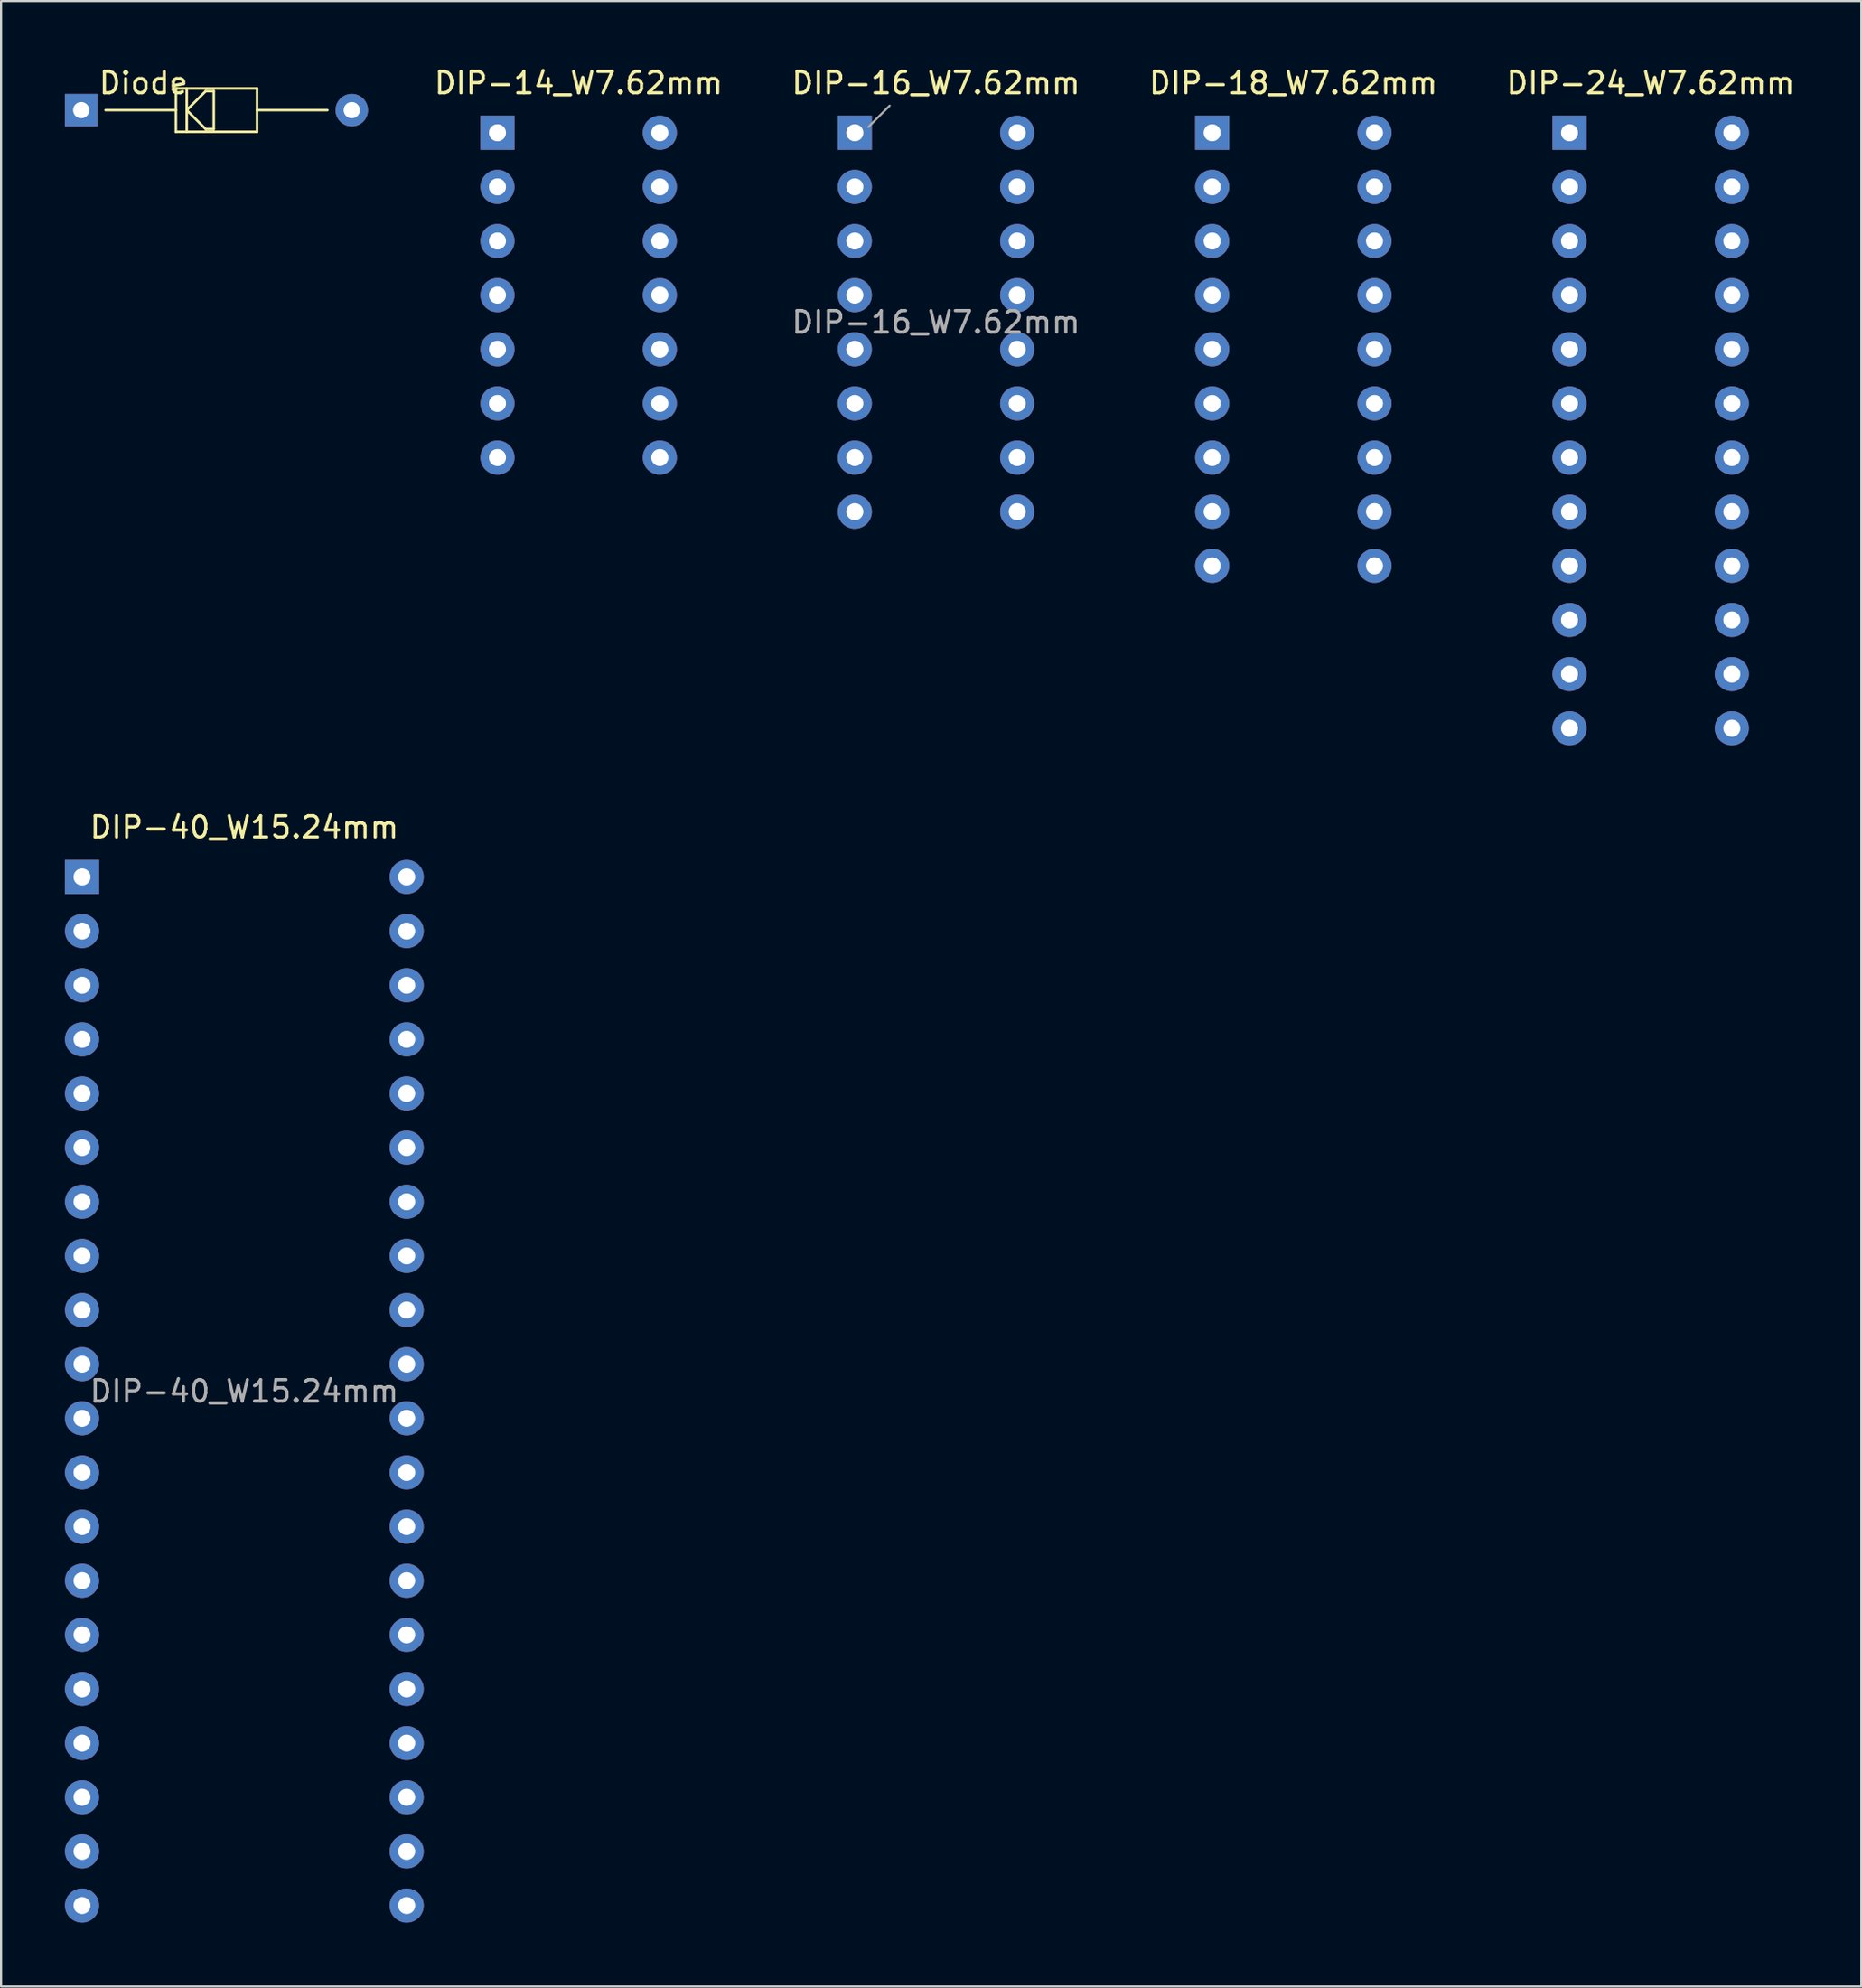
<source format=kicad_pcb>
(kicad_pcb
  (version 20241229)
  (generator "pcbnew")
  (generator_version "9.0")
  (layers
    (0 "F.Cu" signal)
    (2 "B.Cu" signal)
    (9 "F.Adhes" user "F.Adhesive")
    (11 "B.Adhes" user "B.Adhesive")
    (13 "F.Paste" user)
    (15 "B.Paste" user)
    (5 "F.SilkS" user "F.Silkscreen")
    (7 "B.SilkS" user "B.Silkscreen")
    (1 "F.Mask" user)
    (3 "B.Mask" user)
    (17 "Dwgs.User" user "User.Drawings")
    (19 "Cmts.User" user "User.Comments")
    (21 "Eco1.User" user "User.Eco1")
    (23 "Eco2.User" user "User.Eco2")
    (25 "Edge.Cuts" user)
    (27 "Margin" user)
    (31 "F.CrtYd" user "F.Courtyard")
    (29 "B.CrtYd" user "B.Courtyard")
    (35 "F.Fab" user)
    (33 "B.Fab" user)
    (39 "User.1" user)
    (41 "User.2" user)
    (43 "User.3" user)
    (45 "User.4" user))
  (footprint "DIP-40_W15.24mm"
    (layer "F.Cu")
    (at 0.8 38.096)
    (property "Reference" "DIP-40_W15.24mm" (at 7.62 -2.33 0) (layer "F.SilkS") (effects (font (size 1 1) (thickness 0.15))))
    (attr through_hole)
    (fp_text user "${REFERENCE}" (at 7.62 24.13 0) (layer "F.Fab") (effects (font (size 1 1) (thickness 0.15))))
    (pad "1" thru_hole rect (at 0 0) (size 1.6 1.6) (drill 0.8) (layers "*.Cu" "*.Mask"))
    (pad "2" thru_hole oval (at 0 2.54) (size 1.6 1.6) (drill 0.8) (layers "*.Cu" "*.Mask"))
    (pad "3" thru_hole oval (at 0 5.08) (size 1.6 1.6) (drill 0.8) (layers "*.Cu" "*.Mask"))
    (pad "4" thru_hole oval (at 0 7.62) (size 1.6 1.6) (drill 0.8) (layers "*.Cu" "*.Mask"))
    (pad "5" thru_hole oval (at 0 10.16) (size 1.6 1.6) (drill 0.8) (layers "*.Cu" "*.Mask"))
    (pad "6" thru_hole oval (at 0 12.7) (size 1.6 1.6) (drill 0.8) (layers "*.Cu" "*.Mask"))
    (pad "7" thru_hole oval (at 0 15.24) (size 1.6 1.6) (drill 0.8) (layers "*.Cu" "*.Mask"))
    (pad "8" thru_hole oval (at 0 17.78) (size 1.6 1.6) (drill 0.8) (layers "*.Cu" "*.Mask"))
    (pad "9" thru_hole oval (at 0 20.32) (size 1.6 1.6) (drill 0.8) (layers "*.Cu" "*.Mask"))
    (pad "10" thru_hole oval (at 0 22.86) (size 1.6 1.6) (drill 0.8) (layers "*.Cu" "*.Mask"))
    (pad "11" thru_hole oval (at 0 25.4) (size 1.6 1.6) (drill 0.8) (layers "*.Cu" "*.Mask"))
    (pad "12" thru_hole oval (at 0 27.94) (size 1.6 1.6) (drill 0.8) (layers "*.Cu" "*.Mask"))
    (pad "13" thru_hole oval (at 0 30.48) (size 1.6 1.6) (drill 0.8) (layers "*.Cu" "*.Mask"))
    (pad "14" thru_hole oval (at 0 33.02) (size 1.6 1.6) (drill 0.8) (layers "*.Cu" "*.Mask"))
    (pad "15" thru_hole oval (at 0 35.56) (size 1.6 1.6) (drill 0.8) (layers "*.Cu" "*.Mask"))
    (pad "16" thru_hole oval (at 0 38.1) (size 1.6 1.6) (drill 0.8) (layers "*.Cu" "*.Mask"))
    (pad "17" thru_hole oval (at 0 40.64) (size 1.6 1.6) (drill 0.8) (layers "*.Cu" "*.Mask"))
    (pad "18" thru_hole oval (at 0 43.18) (size 1.6 1.6) (drill 0.8) (layers "*.Cu" "*.Mask"))
    (pad "19" thru_hole oval (at 0 45.72) (size 1.6 1.6) (drill 0.8) (layers "*.Cu" "*.Mask"))
    (pad "20" thru_hole oval (at 0 48.26) (size 1.6 1.6) (drill 0.8) (layers "*.Cu" "*.Mask"))
    (pad "21" thru_hole oval (at 15.24 48.26) (size 1.6 1.6) (drill 0.8) (layers "*.Cu" "*.Mask"))
    (pad "22" thru_hole oval (at 15.24 45.72) (size 1.6 1.6) (drill 0.8) (layers "*.Cu" "*.Mask"))
    (pad "23" thru_hole oval (at 15.24 43.18) (size 1.6 1.6) (drill 0.8) (layers "*.Cu" "*.Mask"))
    (pad "24" thru_hole oval (at 15.24 40.64) (size 1.6 1.6) (drill 0.8) (layers "*.Cu" "*.Mask"))
    (pad "25" thru_hole oval (at 15.24 38.1) (size 1.6 1.6) (drill 0.8) (layers "*.Cu" "*.Mask"))
    (pad "26" thru_hole oval (at 15.24 35.56) (size 1.6 1.6) (drill 0.8) (layers "*.Cu" "*.Mask"))
    (pad "27" thru_hole oval (at 15.24 33.02) (size 1.6 1.6) (drill 0.8) (layers "*.Cu" "*.Mask"))
    (pad "28" thru_hole oval (at 15.24 30.48) (size 1.6 1.6) (drill 0.8) (layers "*.Cu" "*.Mask"))
    (pad "29" thru_hole oval (at 15.24 27.94) (size 1.6 1.6) (drill 0.8) (layers "*.Cu" "*.Mask"))
    (pad "30" thru_hole oval (at 15.24 25.4) (size 1.6 1.6) (drill 0.8) (layers "*.Cu" "*.Mask"))
    (pad "31" thru_hole oval (at 15.24 22.86) (size 1.6 1.6) (drill 0.8) (layers "*.Cu" "*.Mask"))
    (pad "32" thru_hole oval (at 15.24 20.32) (size 1.6 1.6) (drill 0.8) (layers "*.Cu" "*.Mask"))
    (pad "33" thru_hole oval (at 15.24 17.78) (size 1.6 1.6) (drill 0.8) (layers "*.Cu" "*.Mask"))
    (pad "34" thru_hole oval (at 15.24 15.24) (size 1.6 1.6) (drill 0.8) (layers "*.Cu" "*.Mask"))
    (pad "35" thru_hole oval (at 15.24 12.7) (size 1.6 1.6) (drill 0.8) (layers "*.Cu" "*.Mask"))
    (pad "36" thru_hole oval (at 15.24 10.16) (size 1.6 1.6) (drill 0.8) (layers "*.Cu" "*.Mask"))
    (pad "37" thru_hole oval (at 15.24 7.62) (size 1.6 1.6) (drill 0.8) (layers "*.Cu" "*.Mask"))
    (pad "38" thru_hole oval (at 15.24 5.08) (size 1.6 1.6) (drill 0.8) (layers "*.Cu" "*.Mask"))
    (pad "39" thru_hole oval (at 15.24 2.54) (size 1.6 1.6) (drill 0.8) (layers "*.Cu" "*.Mask"))
    (pad "40" thru_hole oval (at 15.24 0) (size 1.6 1.6) (drill 0.8) (layers "*.Cu" "*.Mask")))
  (footprint "DIP-16_W7.62mm"
    (layer "F.Cu")
    (at 37.075 3.178)
    (property "Reference" "DIP-16_W7.62mm" (at 3.81 -2.33 0) (layer "F.SilkS") (effects (font (size 1 1) (thickness 0.15))))
    (attr through_hole)
    (fp_line (start 0.635 -0.27) (end 1.635 -1.27) (stroke (width 0.1) (type solid)) (layer "F.Fab"))
    (fp_text user "${REFERENCE}" (at 3.81 8.89 0) (layer "F.Fab") (effects (font (size 1 1) (thickness 0.15))))
    (pad "1" thru_hole rect (at 0 0) (size 1.6 1.6) (drill 0.8) (layers "*.Cu" "*.Mask"))
    (pad "2" thru_hole oval (at 0 2.54) (size 1.6 1.6) (drill 0.8) (layers "*.Cu" "*.Mask"))
    (pad "3" thru_hole oval (at 0 5.08) (size 1.6 1.6) (drill 0.8) (layers "*.Cu" "*.Mask"))
    (pad "4" thru_hole oval (at 0 7.62) (size 1.6 1.6) (drill 0.8) (layers "*.Cu" "*.Mask"))
    (pad "5" thru_hole oval (at 0 10.16) (size 1.6 1.6) (drill 0.8) (layers "*.Cu" "*.Mask"))
    (pad "6" thru_hole oval (at 0 12.7) (size 1.6 1.6) (drill 0.8) (layers "*.Cu" "*.Mask"))
    (pad "7" thru_hole oval (at 0 15.24) (size 1.6 1.6) (drill 0.8) (layers "*.Cu" "*.Mask"))
    (pad "8" thru_hole oval (at 0 17.78) (size 1.6 1.6) (drill 0.8) (layers "*.Cu" "*.Mask"))
    (pad "9" thru_hole oval (at 7.62 17.78) (size 1.6 1.6) (drill 0.8) (layers "*.Cu" "*.Mask"))
    (pad "10" thru_hole oval (at 7.62 15.24) (size 1.6 1.6) (drill 0.8) (layers "*.Cu" "*.Mask"))
    (pad "11" thru_hole oval (at 7.62 12.7) (size 1.6 1.6) (drill 0.8) (layers "*.Cu" "*.Mask"))
    (pad "12" thru_hole oval (at 7.62 10.16) (size 1.6 1.6) (drill 0.8) (layers "*.Cu" "*.Mask"))
    (pad "13" thru_hole oval (at 7.62 7.62) (size 1.6 1.6) (drill 0.8) (layers "*.Cu" "*.Mask"))
    (pad "14" thru_hole oval (at 7.62 5.08) (size 1.6 1.6) (drill 0.8) (layers "*.Cu" "*.Mask"))
    (pad "15" thru_hole oval (at 7.62 2.54) (size 1.6 1.6) (drill 0.8) (layers "*.Cu" "*.Mask"))
    (pad "16" thru_hole oval (at 7.62 0) (size 1.6 1.6) (drill 0.8) (layers "*.Cu" "*.Mask")))
  (footprint "Diode"
    (layer "F.Cu")
    (at 6.477 2.118)
    (property "Reference" "Diode" (at -2.794 -1.27 0) (layer "F.SilkS") (effects (font (size 1 1) (thickness 0.15))))
    (attr through_hole)
    (fp_line (start -1.27 -1.016) (end 2.54 -1.016) (stroke (width 0.12) (type solid)) (layer "F.SilkS"))
    (fp_line (start -1.27 0) (end -4.572 0) (stroke (width 0.12) (type solid)) (layer "F.SilkS"))
    (fp_line (start -1.27 1.016) (end -1.27 -1.016) (stroke (width 0.12) (type solid)) (layer "F.SilkS"))
    (fp_line (start -0.762 -1.016) (end -0.762 1.016) (stroke (width 0.12) (type solid)) (layer "F.SilkS"))
    (fp_line (start -0.762 0) (end 0.127 -0.889) (stroke (width 0.12) (type solid)) (layer "F.SilkS"))
    (fp_line (start 0.127 -0.889) (end 0.508 -0.889) (stroke (width 0.12) (type solid)) (layer "F.SilkS"))
    (fp_line (start 0.127 0.889) (end -0.762 0) (stroke (width 0.12) (type solid)) (layer "F.SilkS"))
    (fp_line (start 0.508 -0.889) (end 0.508 0.889) (stroke (width 0.12) (type solid)) (layer "F.SilkS"))
    (fp_line (start 0.508 0.889) (end 0.127 0.889) (stroke (width 0.12) (type solid)) (layer "F.SilkS"))
    (fp_line (start 2.54 -1.016) (end 2.54 1.016) (stroke (width 0.12) (type solid)) (layer "F.SilkS"))
    (fp_line (start 2.54 0) (end 5.842 0) (stroke (width 0.12) (type solid)) (layer "F.SilkS"))
    (fp_line (start 2.54 1.016) (end -1.27 1.016) (stroke (width 0.12) (type solid)) (layer "F.SilkS"))
    (pad "1" thru_hole rect (at -5.715 0) (size 1.524 1.524) (drill 0.762) (layers "*.Cu" "*.Mask"))
    (pad "2" thru_hole circle (at 6.985 0) (size 1.524 1.524) (drill 0.762) (layers "*.Cu" "*.Mask")))
  (footprint "DIP-14_W7.62mm"
    (layer "F.Cu")
    (at 20.301 3.178)
    (property "Reference" "DIP-14_W7.62mm" (at 3.81 -2.33 0) (layer "F.SilkS") (effects (font (size 1 1) (thickness 0.15))))
    (attr through_hole)
    (pad "1" thru_hole rect (at 0 0) (size 1.6 1.6) (drill 0.8) (layers "*.Cu" "*.Mask"))
    (pad "2" thru_hole oval (at 0 2.54) (size 1.6 1.6) (drill 0.8) (layers "*.Cu" "*.Mask"))
    (pad "3" thru_hole oval (at 0 5.08) (size 1.6 1.6) (drill 0.8) (layers "*.Cu" "*.Mask"))
    (pad "4" thru_hole oval (at 0 7.62) (size 1.6 1.6) (drill 0.8) (layers "*.Cu" "*.Mask"))
    (pad "5" thru_hole oval (at 0 10.16) (size 1.6 1.6) (drill 0.8) (layers "*.Cu" "*.Mask"))
    (pad "6" thru_hole oval (at 0 12.7) (size 1.6 1.6) (drill 0.8) (layers "*.Cu" "*.Mask"))
    (pad "7" thru_hole oval (at 0 15.24) (size 1.6 1.6) (drill 0.8) (layers "*.Cu" "*.Mask"))
    (pad "8" thru_hole oval (at 7.62 15.24) (size 1.6 1.6) (drill 0.8) (layers "*.Cu" "*.Mask"))
    (pad "9" thru_hole oval (at 7.62 12.7) (size 1.6 1.6) (drill 0.8) (layers "*.Cu" "*.Mask"))
    (pad "10" thru_hole oval (at 7.62 10.16) (size 1.6 1.6) (drill 0.8) (layers "*.Cu" "*.Mask"))
    (pad "11" thru_hole oval (at 7.62 7.62) (size 1.6 1.6) (drill 0.8) (layers "*.Cu" "*.Mask"))
    (pad "12" thru_hole oval (at 7.62 5.08) (size 1.6 1.6) (drill 0.8) (layers "*.Cu" "*.Mask"))
    (pad "13" thru_hole oval (at 7.62 2.54) (size 1.6 1.6) (drill 0.8) (layers "*.Cu" "*.Mask"))
    (pad "14" thru_hole oval (at 7.62 0) (size 1.6 1.6) (drill 0.8) (layers "*.Cu" "*.Mask")))
  (footprint "DIP-18_W7.62mm"
    (layer "F.Cu")
    (at 53.849 3.178)
    (property "Reference" "DIP-18_W7.62mm" (at 3.81 -2.33 0) (layer "F.SilkS") (effects (font (size 1 1) (thickness 0.15))))
    (attr through_hole)
    (pad "1" thru_hole rect (at 0 0) (size 1.6 1.6) (drill 0.8) (layers "*.Cu" "*.Mask"))
    (pad "2" thru_hole oval (at 0 2.54) (size 1.6 1.6) (drill 0.8) (layers "*.Cu" "*.Mask"))
    (pad "3" thru_hole oval (at 0 5.08) (size 1.6 1.6) (drill 0.8) (layers "*.Cu" "*.Mask"))
    (pad "4" thru_hole oval (at 0 7.62) (size 1.6 1.6) (drill 0.8) (layers "*.Cu" "*.Mask"))
    (pad "5" thru_hole oval (at 0 10.16) (size 1.6 1.6) (drill 0.8) (layers "*.Cu" "*.Mask"))
    (pad "6" thru_hole oval (at 0 12.7) (size 1.6 1.6) (drill 0.8) (layers "*.Cu" "*.Mask"))
    (pad "7" thru_hole oval (at 0 15.24) (size 1.6 1.6) (drill 0.8) (layers "*.Cu" "*.Mask"))
    (pad "8" thru_hole oval (at 0 17.78) (size 1.6 1.6) (drill 0.8) (layers "*.Cu" "*.Mask"))
    (pad "9" thru_hole oval (at 0 20.32) (size 1.6 1.6) (drill 0.8) (layers "*.Cu" "*.Mask"))
    (pad "10" thru_hole oval (at 7.62 20.32) (size 1.6 1.6) (drill 0.8) (layers "*.Cu" "*.Mask"))
    (pad "11" thru_hole oval (at 7.62 17.78) (size 1.6 1.6) (drill 0.8) (layers "*.Cu" "*.Mask"))
    (pad "12" thru_hole oval (at 7.62 15.24) (size 1.6 1.6) (drill 0.8) (layers "*.Cu" "*.Mask"))
    (pad "13" thru_hole oval (at 7.62 12.7) (size 1.6 1.6) (drill 0.8) (layers "*.Cu" "*.Mask"))
    (pad "14" thru_hole oval (at 7.62 10.16) (size 1.6 1.6) (drill 0.8) (layers "*.Cu" "*.Mask"))
    (pad "15" thru_hole oval (at 7.62 7.62) (size 1.6 1.6) (drill 0.8) (layers "*.Cu" "*.Mask"))
    (pad "16" thru_hole oval (at 7.62 5.08) (size 1.6 1.6) (drill 0.8) (layers "*.Cu" "*.Mask"))
    (pad "17" thru_hole oval (at 7.62 2.54) (size 1.6 1.6) (drill 0.8) (layers "*.Cu" "*.Mask"))
    (pad "18" thru_hole oval (at 7.62 0) (size 1.6 1.6) (drill 0.8) (layers "*.Cu" "*.Mask")))
  (footprint "DIP-24_W7.62mm"
    (layer "F.Cu")
    (at 70.622 3.178)
    (property "Reference" "DIP-24_W7.62mm" (at 3.81 -2.33 0) (layer "F.SilkS") (effects (font (size 1 1) (thickness 0.15))))
    (attr through_hole)
    (pad "1" thru_hole rect (at 0 0) (size 1.6 1.6) (drill 0.8) (layers "*.Cu" "*.Mask"))
    (pad "2" thru_hole oval (at 0 2.54) (size 1.6 1.6) (drill 0.8) (layers "*.Cu" "*.Mask"))
    (pad "3" thru_hole oval (at 0 5.08) (size 1.6 1.6) (drill 0.8) (layers "*.Cu" "*.Mask"))
    (pad "4" thru_hole oval (at 0 7.62) (size 1.6 1.6) (drill 0.8) (layers "*.Cu" "*.Mask"))
    (pad "5" thru_hole oval (at 0 10.16) (size 1.6 1.6) (drill 0.8) (layers "*.Cu" "*.Mask"))
    (pad "6" thru_hole oval (at 0 12.7) (size 1.6 1.6) (drill 0.8) (layers "*.Cu" "*.Mask"))
    (pad "7" thru_hole oval (at 0 15.24) (size 1.6 1.6) (drill 0.8) (layers "*.Cu" "*.Mask"))
    (pad "8" thru_hole oval (at 0 17.78) (size 1.6 1.6) (drill 0.8) (layers "*.Cu" "*.Mask"))
    (pad "9" thru_hole oval (at 0 20.32) (size 1.6 1.6) (drill 0.8) (layers "*.Cu" "*.Mask"))
    (pad "10" thru_hole oval (at 0 22.86) (size 1.6 1.6) (drill 0.8) (layers "*.Cu" "*.Mask"))
    (pad "11" thru_hole oval (at 0 25.4) (size 1.6 1.6) (drill 0.8) (layers "*.Cu" "*.Mask"))
    (pad "12" thru_hole oval (at 0 27.94) (size 1.6 1.6) (drill 0.8) (layers "*.Cu" "*.Mask"))
    (pad "13" thru_hole oval (at 7.62 27.94) (size 1.6 1.6) (drill 0.8) (layers "*.Cu" "*.Mask"))
    (pad "14" thru_hole oval (at 7.62 25.4) (size 1.6 1.6) (drill 0.8) (layers "*.Cu" "*.Mask"))
    (pad "15" thru_hole oval (at 7.62 22.86) (size 1.6 1.6) (drill 0.8) (layers "*.Cu" "*.Mask"))
    (pad "16" thru_hole oval (at 7.62 20.32) (size 1.6 1.6) (drill 0.8) (layers "*.Cu" "*.Mask"))
    (pad "17" thru_hole oval (at 7.62 17.78) (size 1.6 1.6) (drill 0.8) (layers "*.Cu" "*.Mask"))
    (pad "18" thru_hole oval (at 7.62 15.24) (size 1.6 1.6) (drill 0.8) (layers "*.Cu" "*.Mask"))
    (pad "19" thru_hole oval (at 7.62 12.7) (size 1.6 1.6) (drill 0.8) (layers "*.Cu" "*.Mask"))
    (pad "20" thru_hole oval (at 7.62 10.16) (size 1.6 1.6) (drill 0.8) (layers "*.Cu" "*.Mask"))
    (pad "21" thru_hole oval (at 7.62 7.62) (size 1.6 1.6) (drill 0.8) (layers "*.Cu" "*.Mask"))
    (pad "22" thru_hole oval (at 7.62 5.08) (size 1.6 1.6) (drill 0.8) (layers "*.Cu" "*.Mask"))
    (pad "23" thru_hole oval (at 7.62 2.54) (size 1.6 1.6) (drill 0.8) (layers "*.Cu" "*.Mask"))
    (pad "24" thru_hole oval (at 7.62 0) (size 1.6 1.6) (drill 0.8) (layers "*.Cu" "*.Mask")))
  (gr_rect
    (start -3 -3)
    (end 84.319 90.156)
    (stroke (width 0.1) (type default))
    (fill no)
    (layer "Edge.Cuts")))
</source>
